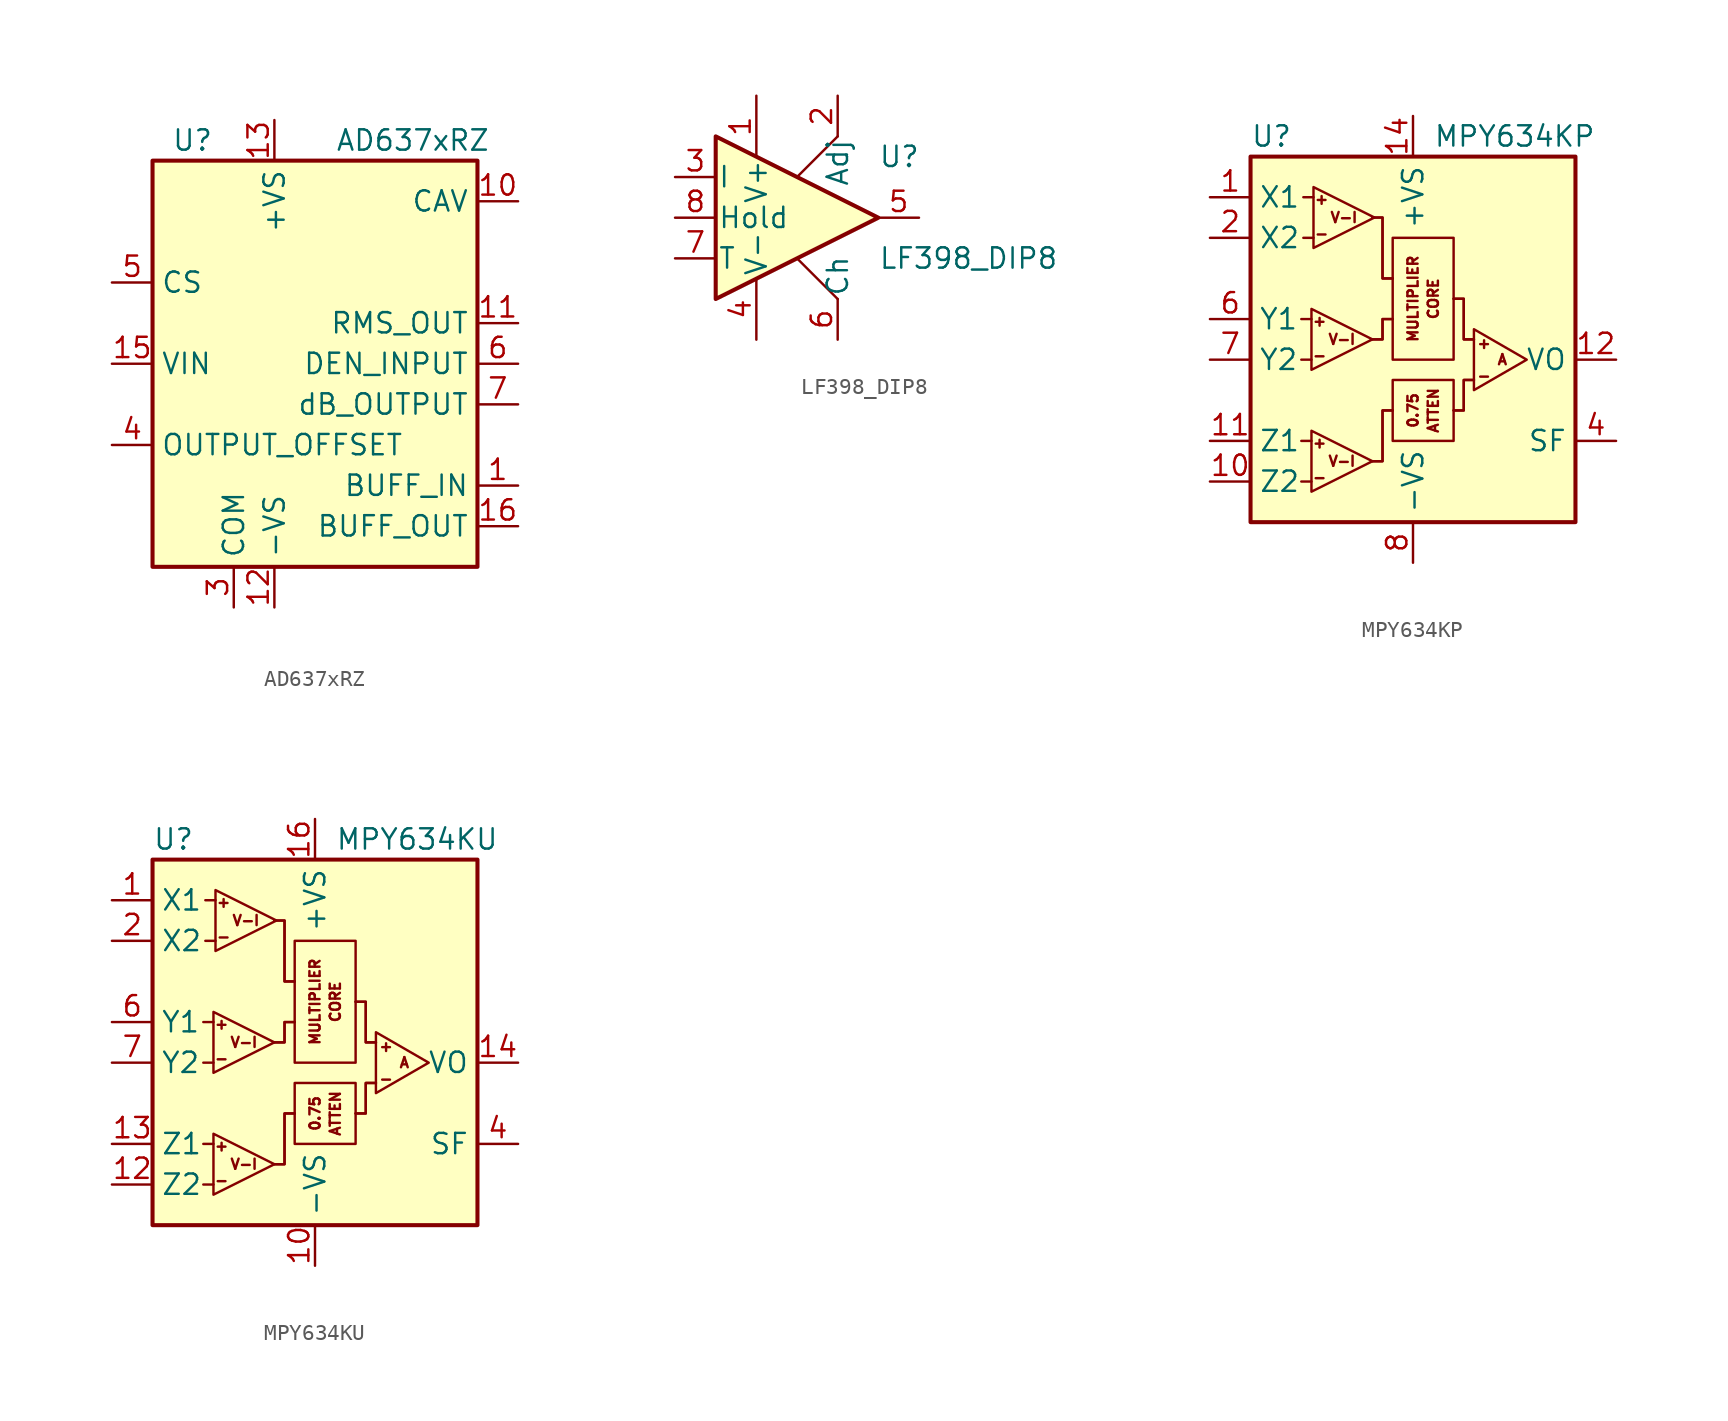
<source format=kicad_sym>
(kicad_symbol_lib
  (version 20200908)
  (generator kicad_symbol_editor)
  (symbol "Analog:AD637xRZ"
    (property "Reference" "U"
      (at -6.35 13.97 0)
      (effects (font (size 1.27 1.27)) (justify right)))
    (property "Value" "AD637xRZ"
      (at 1.27 13.97 0)
      (effects (font (size 1.27 1.27)) (justify left)))
    (symbol "AD637xRZ_0_1"
      (rectangle (start -10.16 12.7) (end 10.16 -12.7) (stroke (width 0.254)) (fill (type background))))
    (symbol "AD637xRZ_1_1"
      (pin input line (at 12.7 -7.62 180) (length 2.54) (name "BUFF_IN" (effects (font (size 1.27 1.27)))) (number "1" (effects (font (size 1.27 1.27)))))
      (pin passive line (at 12.7 10.16 180) (length 2.54) (name "CAV" (effects (font (size 1.27 1.27)))) (number "10" (effects (font (size 1.27 1.27)))))
      (pin output line (at 12.7 2.54 180) (length 2.54) (name "RMS_OUT" (effects (font (size 1.27 1.27)))) (number "11" (effects (font (size 1.27 1.27)))))
      (pin power_in line (at -2.54 -15.24 90) (length 2.54) (name "-VS" (effects (font (size 1.27 1.27)))) (number "12" (effects (font (size 1.27 1.27)))))
      (pin power_in line (at -2.54 15.24 270) (length 2.54) (name "+VS" (effects (font (size 1.27 1.27)))) (number "13" (effects (font (size 1.27 1.27)))))
      (pin unconnected line (at -10.16 -7.62 0) (length 2.54) hide (name "NIC" (effects (font (size 1.27 1.27)))) (number "14" (effects (font (size 1.27 1.27)))))
      (pin input line (at -12.7 0 0) (length 2.54) (name "VIN" (effects (font (size 1.27 1.27)))) (number "15" (effects (font (size 1.27 1.27)))))
      (pin output line (at 12.7 -10.16 180) (length 2.54) (name "BUFF_OUT" (effects (font (size 1.27 1.27)))) (number "16" (effects (font (size 1.27 1.27)))))
      (pin unconnected line (at -10.16 7.62 0) (length 2.54) hide (name "NIC" (effects (font (size 1.27 1.27)))) (number "2" (effects (font (size 1.27 1.27)))))
      (pin power_in line (at -5.08 -15.24 90) (length 2.54) (name "COM" (effects (font (size 1.27 1.27)))) (number "3" (effects (font (size 1.27 1.27)))))
      (pin input line (at -12.7 -5.08 0) (length 2.54) (name "OUTPUT_OFFSET" (effects (font (size 1.27 1.27)))) (number "4" (effects (font (size 1.27 1.27)))))
      (pin input line (at -12.7 5.08 0) (length 2.54) (name "CS" (effects (font (size 1.27 1.27)))) (number "5" (effects (font (size 1.27 1.27)))))
      (pin input line (at 12.7 0 180) (length 2.54) (name "DEN_INPUT" (effects (font (size 1.27 1.27)))) (number "6" (effects (font (size 1.27 1.27)))))
      (pin passive line (at 12.7 -2.54 180) (length 2.54) (name "dB_OUTPUT" (effects (font (size 1.27 1.27)))) (number "7" (effects (font (size 1.27 1.27)))))
      (pin unconnected line (at -10.16 2.54 0) (length 2.54) hide (name "NIC" (effects (font (size 1.27 1.27)))) (number "8" (effects (font (size 1.27 1.27)))))
      (pin unconnected line (at -10.16 -2.54 0) (length 2.54) hide (name "NIC" (effects (font (size 1.27 1.27)))) (number "9" (effects (font (size 1.27 1.27)))))))
  (symbol "Analog:LF398_DIP8"
    (pin_names
      (offset 0.127))
    (property "Reference" "U"
      (at 5.08 3.81 0)
      (effects (font (size 1.27 1.27)) (justify left)))
    (property "Value" "LF398_DIP8"
      (at 5.08 -2.54 0)
      (effects (font (size 1.27 1.27)) (justify left)))
    (symbol "LF398_DIP8_0_1"
      (polyline (pts (xy 0 -2.54) (xy 2.54 -5.08)) (stroke (width 0)) (fill (type none)))
      (polyline (pts (xy 2.54 5.08) (xy 0 2.54)) (stroke (width 0)) (fill (type none)))
      (polyline (pts (xy -5.08 5.08) (xy 5.08 0) (xy -5.08 -5.08) (xy -5.08 5.08)) (stroke (width 0.254)) (fill (type background))))
    (symbol "LF398_DIP8_1_1"
      (pin passive line (at -2.54 7.62 270) (length 3.81) (name "V+" (effects (font (size 1.27 1.27)))) (number "1" (effects (font (size 1.27 1.27)))))
      (pin passive line (at 2.54 7.62 270) (length 2.54) (name "Adj" (effects (font (size 1.27 1.27)))) (number "2" (effects (font (size 1.27 1.27)))))
      (pin input line (at -7.62 2.54 0) (length 2.54) (name "I" (effects (font (size 1.27 1.27)))) (number "3" (effects (font (size 1.27 1.27)))))
      (pin passive line (at -2.54 -7.62 90) (length 3.81) (name "V-" (effects (font (size 1.27 1.27)))) (number "4" (effects (font (size 1.27 1.27)))))
      (pin output line (at 7.62 0 180) (length 2.54) (name "~" (effects (font (size 1.27 1.27)))) (number "5" (effects (font (size 1.27 1.27)))))
      (pin passive line (at 2.54 -7.62 90) (length 2.54) (name "Ch" (effects (font (size 1.27 1.27)))) (number "6" (effects (font (size 1.27 1.27)))))
      (pin passive line (at -7.62 -2.54 0) (length 2.54) (name "T" (effects (font (size 1.27 1.27)))) (number "7" (effects (font (size 1.27 1.27)))))
      (pin input line (at -7.62 0 0) (length 2.54) (name "Hold" (effects (font (size 1.27 1.27)))) (number "8" (effects (font (size 1.27 1.27)))))))
  (symbol "Analog:MPY634KP"
    (property "Reference" "U"
      (at -10.16 13.97 0)
      (effects (font (size 1.27 1.27)) (justify left)))
    (property "Value" "MPY634KP"
      (at 1.27 13.97 0)
      (effects (font (size 1.27 1.27)) (justify left)))
    (symbol "MPY634KP_0_0"
      (text "+" (at -5.842 -5.207 0) (effects (font (size 0.635 0.635))))
      (text "+" (at -5.842 2.413 0) (effects (font (size 0.635 0.635))))
      (text "+" (at -5.715 10.033 0) (effects (font (size 0.635 0.635))))
      (text "+" (at 4.445 1.016 0) (effects (font (size 0.635 0.635))))
      (text "-" (at -5.842 -7.366 0) (effects (font (size 0.635 0.635))))
      (text "-" (at -5.842 0.254 0) (effects (font (size 0.635 0.635))))
      (text "-" (at -5.715 7.874 0) (effects (font (size 0.635 0.635))))
      (text "-" (at 4.445 -1.016 0) (effects (font (size 0.635 0.635))))
      (text "A" (at 5.588 0 0) (effects (font (size 0.635 0.635))))
      (text "V-I" (at -4.445 -6.35 0) (effects (font (size 0.635 0.635))))
      (text "V-I" (at -4.445 1.27 0) (effects (font (size 0.635 0.635))))
      (text "V-I" (at -4.318 8.89 0) (effects (font (size 0.635 0.635))))
      (polyline (pts (xy -1.27 -3.175) (xy -1.905 -3.175) (xy -1.905 -6.35) (xy -2.54 -6.35)) (stroke (width 0)) (fill (type none)))
      (polyline (pts (xy -1.27 -3.175) (xy -1.905 -3.175) (xy -1.905 -6.35) (xy -2.54 -6.35)) (stroke (width 0)) (fill (type none)))
      (polyline (pts (xy -1.27 2.54) (xy -1.905 2.54) (xy -1.905 1.27) (xy -2.54 1.27)) (stroke (width 0)) (fill (type none)))
      (polyline (pts (xy -1.27 2.54) (xy -1.905 2.54) (xy -1.905 1.27) (xy -2.54 1.27)) (stroke (width 0)) (fill (type none)))
      (polyline (pts (xy -1.27 5.08) (xy -1.905 5.08) (xy -1.905 8.89) (xy -2.54 8.89)) (stroke (width 0)) (fill (type none)))
      (polyline (pts (xy -1.27 5.08) (xy -1.905 5.08) (xy -1.905 8.89) (xy -2.54 8.89)) (stroke (width 0)) (fill (type none)))
      (polyline (pts (xy 3.81 -1.27) (xy 3.175 -1.27) (xy 3.175 -3.175) (xy 2.54 -3.175)) (stroke (width 0)) (fill (type none)))
      (polyline (pts (xy 3.81 -1.27) (xy 3.175 -1.27) (xy 3.175 -3.175) (xy 2.54 -3.175)) (stroke (width 0)) (fill (type none)))
      (polyline (pts (xy 3.81 1.27) (xy 3.175 1.27) (xy 3.175 3.81) (xy 2.54 3.81)) (stroke (width 0)) (fill (type none)))
      (polyline (pts (xy 3.81 1.27) (xy 3.175 1.27) (xy 3.175 3.81) (xy 2.54 3.81)) (stroke (width 0)) (fill (type none))))
    (symbol "MPY634KP_1_0"
      (text "0.75" (at 0 -3.175 900) (effects (font (size 0.635 0.635))))
      (text "ATTEN" (at 1.27 -3.175 900) (effects (font (size 0.635 0.635))))
      (text "CORE" (at 1.27 3.81 900) (effects (font (size 0.635 0.635))))
      (text "MULTIPLIER" (at 0 3.81 900) (effects (font (size 0.635 0.635)))))
    (symbol "MPY634KP_0_1"
      (rectangle (start -10.16 12.7) (end 10.16 -10.16) (stroke (width 0.254)) (fill (type background)))
      (rectangle (start -1.27 -1.27) (end 2.54 -5.08) (stroke (width 0)) (fill (type none)))
      (rectangle (start -1.27 7.62) (end 2.54 0) (stroke (width 0)) (fill (type none)))
      (polyline (pts (xy -6.985 -7.62) (xy -6.35 -7.62)) (stroke (width 0)) (fill (type none)))
      (polyline (pts (xy -6.985 -5.08) (xy -6.35 -5.08)) (stroke (width 0)) (fill (type none)))
      (polyline (pts (xy -6.985 0) (xy -6.35 0)) (stroke (width 0)) (fill (type none)))
      (polyline (pts (xy -6.985 2.54) (xy -6.35 2.54)) (stroke (width 0)) (fill (type none)))
      (polyline (pts (xy -6.858 7.62) (xy -6.223 7.62)) (stroke (width 0)) (fill (type none)))
      (polyline (pts (xy -6.858 10.16) (xy -6.223 10.16)) (stroke (width 0)) (fill (type none)))
      (polyline (pts (xy -6.35 -4.445) (xy -6.35 -8.255) (xy -2.54 -6.35) (xy -6.35 -4.445)) (stroke (width 0)) (fill (type none)))
      (polyline (pts (xy -6.35 3.175) (xy -6.35 -0.635) (xy -2.54 1.27) (xy -6.35 3.175)) (stroke (width 0)) (fill (type none)))
      (polyline (pts (xy -6.223 10.795) (xy -6.223 6.985) (xy -2.413 8.89) (xy -6.223 10.795)) (stroke (width 0)) (fill (type none)))
      (polyline (pts (xy 3.81 1.905) (xy 3.81 -1.905) (xy 7.112 0) (xy 3.81 1.905)) (stroke (width 0)) (fill (type none))))
    (symbol "MPY634KP_1_1"
      (pin input line (at -12.7 10.16 0) (length 2.54) (name "X1" (effects (font (size 1.27 1.27)))) (number "1" (effects (font (size 1.27 1.27)))))
      (pin input line (at -12.7 -7.62 0) (length 2.54) (name "Z2" (effects (font (size 1.27 1.27)))) (number "10" (effects (font (size 1.27 1.27)))))
      (pin input line (at -12.7 -5.08 0) (length 2.54) (name "Z1" (effects (font (size 1.27 1.27)))) (number "11" (effects (font (size 1.27 1.27)))))
      (pin output line (at 12.7 0 180) (length 2.54) (name "VO" (effects (font (size 1.27 1.27)))) (number "12" (effects (font (size 1.27 1.27)))))
      (pin unconnected line (at 10.16 2.54 180) (length 2.54) hide (name "NC" (effects (font (size 1.27 1.27)))) (number "13" (effects (font (size 1.27 1.27)))))
      (pin power_in line (at 0 15.24 270) (length 2.54) (name "+VS" (effects (font (size 1.27 1.27)))) (number "14" (effects (font (size 1.27 1.27)))))
      (pin input line (at -12.7 7.62 0) (length 2.54) (name "X2" (effects (font (size 1.27 1.27)))) (number "2" (effects (font (size 1.27 1.27)))))
      (pin unconnected line (at 10.16 10.16 180) (length 2.54) hide (name "NC" (effects (font (size 1.27 1.27)))) (number "3" (effects (font (size 1.27 1.27)))))
      (pin passive line (at 12.7 -5.08 180) (length 2.54) (name "SF" (effects (font (size 1.27 1.27)))) (number "4" (effects (font (size 1.27 1.27)))))
      (pin unconnected line (at 10.16 7.62 180) (length 2.54) hide (name "NC" (effects (font (size 1.27 1.27)))) (number "5" (effects (font (size 1.27 1.27)))))
      (pin input line (at -12.7 2.54 0) (length 2.54) (name "Y1" (effects (font (size 1.27 1.27)))) (number "6" (effects (font (size 1.27 1.27)))))
      (pin input line (at -12.7 0 0) (length 2.54) (name "Y2" (effects (font (size 1.27 1.27)))) (number "7" (effects (font (size 1.27 1.27)))))
      (pin power_in line (at 0 -12.7 90) (length 2.54) (name "-VS" (effects (font (size 1.27 1.27)))) (number "8" (effects (font (size 1.27 1.27)))))
      (pin unconnected line (at 10.16 5.08 180) (length 2.54) hide (name "NC" (effects (font (size 1.27 1.27)))) (number "9" (effects (font (size 1.27 1.27)))))))
  (symbol "Analog:MPY634KU"
    (property "Reference" "U"
      (at -10.16 13.97 0)
      (effects (font (size 1.27 1.27)) (justify left)))
    (property "Value" "MPY634KU"
      (at 1.27 13.97 0)
      (effects (font (size 1.27 1.27)) (justify left)))
    (symbol "MPY634KU_0_0"
      (text "+" (at -5.842 -5.207 0) (effects (font (size 0.635 0.635))))
      (text "+" (at -5.842 2.413 0) (effects (font (size 0.635 0.635))))
      (text "+" (at -5.715 10.033 0) (effects (font (size 0.635 0.635))))
      (text "+" (at 4.445 1.016 0) (effects (font (size 0.635 0.635))))
      (text "-" (at -5.842 -7.366 0) (effects (font (size 0.635 0.635))))
      (text "-" (at -5.842 0.254 0) (effects (font (size 0.635 0.635))))
      (text "-" (at -5.715 7.874 0) (effects (font (size 0.635 0.635))))
      (text "-" (at 4.445 -1.016 0) (effects (font (size 0.635 0.635))))
      (text "A" (at 5.588 0 0) (effects (font (size 0.635 0.635))))
      (text "V-I" (at -4.445 -6.35 0) (effects (font (size 0.635 0.635))))
      (text "V-I" (at -4.445 1.27 0) (effects (font (size 0.635 0.635))))
      (text "V-I" (at -4.318 8.89 0) (effects (font (size 0.635 0.635))))
      (polyline (pts (xy -1.27 -3.175) (xy -1.905 -3.175) (xy -1.905 -6.35) (xy -2.54 -6.35)) (stroke (width 0)) (fill (type none)))
      (polyline (pts (xy -1.27 -3.175) (xy -1.905 -3.175) (xy -1.905 -6.35) (xy -2.54 -6.35)) (stroke (width 0)) (fill (type none)))
      (polyline (pts (xy -1.27 2.54) (xy -1.905 2.54) (xy -1.905 1.27) (xy -2.54 1.27)) (stroke (width 0)) (fill (type none)))
      (polyline (pts (xy -1.27 2.54) (xy -1.905 2.54) (xy -1.905 1.27) (xy -2.54 1.27)) (stroke (width 0)) (fill (type none)))
      (polyline (pts (xy -1.27 5.08) (xy -1.905 5.08) (xy -1.905 8.89) (xy -2.54 8.89)) (stroke (width 0)) (fill (type none)))
      (polyline (pts (xy -1.27 5.08) (xy -1.905 5.08) (xy -1.905 8.89) (xy -2.54 8.89)) (stroke (width 0)) (fill (type none)))
      (polyline (pts (xy 3.81 -1.27) (xy 3.175 -1.27) (xy 3.175 -3.175) (xy 2.54 -3.175)) (stroke (width 0)) (fill (type none)))
      (polyline (pts (xy 3.81 -1.27) (xy 3.175 -1.27) (xy 3.175 -3.175) (xy 2.54 -3.175)) (stroke (width 0)) (fill (type none)))
      (polyline (pts (xy 3.81 1.27) (xy 3.175 1.27) (xy 3.175 3.81) (xy 2.54 3.81)) (stroke (width 0)) (fill (type none)))
      (polyline (pts (xy 3.81 1.27) (xy 3.175 1.27) (xy 3.175 3.81) (xy 2.54 3.81)) (stroke (width 0)) (fill (type none))))
    (symbol "MPY634KU_1_0"
      (text "0.75" (at 0 -3.175 900) (effects (font (size 0.635 0.635))))
      (text "ATTEN" (at 1.27 -3.175 900) (effects (font (size 0.635 0.635))))
      (text "CORE" (at 1.27 3.81 900) (effects (font (size 0.635 0.635))))
      (text "MULTIPLIER" (at 0 3.81 900) (effects (font (size 0.635 0.635)))))
    (symbol "MPY634KU_0_1"
      (rectangle (start -10.16 12.7) (end 10.16 -10.16) (stroke (width 0.254)) (fill (type background)))
      (rectangle (start -1.27 -1.27) (end 2.54 -5.08) (stroke (width 0)) (fill (type none)))
      (rectangle (start -1.27 7.62) (end 2.54 0) (stroke (width 0)) (fill (type none)))
      (polyline (pts (xy -6.985 -7.62) (xy -6.35 -7.62)) (stroke (width 0)) (fill (type none)))
      (polyline (pts (xy -6.985 -5.08) (xy -6.35 -5.08)) (stroke (width 0)) (fill (type none)))
      (polyline (pts (xy -6.985 0) (xy -6.35 0)) (stroke (width 0)) (fill (type none)))
      (polyline (pts (xy -6.985 2.54) (xy -6.35 2.54)) (stroke (width 0)) (fill (type none)))
      (polyline (pts (xy -6.858 7.62) (xy -6.223 7.62)) (stroke (width 0)) (fill (type none)))
      (polyline (pts (xy -6.858 10.16) (xy -6.223 10.16)) (stroke (width 0)) (fill (type none)))
      (polyline (pts (xy -6.35 -4.445) (xy -6.35 -8.255) (xy -2.54 -6.35) (xy -6.35 -4.445)) (stroke (width 0)) (fill (type none)))
      (polyline (pts (xy -6.35 3.175) (xy -6.35 -0.635) (xy -2.54 1.27) (xy -6.35 3.175)) (stroke (width 0)) (fill (type none)))
      (polyline (pts (xy -6.223 10.795) (xy -6.223 6.985) (xy -2.413 8.89) (xy -6.223 10.795)) (stroke (width 0)) (fill (type none)))
      (polyline (pts (xy 3.81 1.905) (xy 3.81 -1.905) (xy 7.112 0) (xy 3.81 1.905)) (stroke (width 0)) (fill (type none))))
    (symbol "MPY634KU_1_1"
      (pin input line (at -12.7 10.16 0) (length 2.54) (name "X1" (effects (font (size 1.27 1.27)))) (number "1" (effects (font (size 1.27 1.27)))))
      (pin power_in line (at 0 -12.7 90) (length 2.54) (name "-VS" (effects (font (size 1.27 1.27)))) (number "10" (effects (font (size 1.27 1.27)))))
      (pin unconnected line (at 10.16 -2.54 180) (length 2.54) hide (name "NC" (effects (font (size 1.27 1.27)))) (number "11" (effects (font (size 1.27 1.27)))))
      (pin input line (at -12.7 -7.62 0) (length 2.54) (name "Z2" (effects (font (size 1.27 1.27)))) (number "12" (effects (font (size 1.27 1.27)))))
      (pin input line (at -12.7 -5.08 0) (length 2.54) (name "Z1" (effects (font (size 1.27 1.27)))) (number "13" (effects (font (size 1.27 1.27)))))
      (pin output line (at 12.7 0 180) (length 2.54) (name "VO" (effects (font (size 1.27 1.27)))) (number "14" (effects (font (size 1.27 1.27)))))
      (pin unconnected line (at 10.16 -7.62 180) (length 2.54) hide (name "NC" (effects (font (size 1.27 1.27)))) (number "15" (effects (font (size 1.27 1.27)))))
      (pin power_in line (at 0 15.24 270) (length 2.54) (name "+VS" (effects (font (size 1.27 1.27)))) (number "16" (effects (font (size 1.27 1.27)))))
      (pin input line (at -12.7 7.62 0) (length 2.54) (name "X2" (effects (font (size 1.27 1.27)))) (number "2" (effects (font (size 1.27 1.27)))))
      (pin unconnected line (at 10.16 10.16 180) (length 2.54) hide (name "NC" (effects (font (size 1.27 1.27)))) (number "3" (effects (font (size 1.27 1.27)))))
      (pin passive line (at 12.7 -5.08 180) (length 2.54) (name "SF" (effects (font (size 1.27 1.27)))) (number "4" (effects (font (size 1.27 1.27)))))
      (pin unconnected line (at 10.16 7.62 180) (length 2.54) hide (name "NC" (effects (font (size 1.27 1.27)))) (number "5" (effects (font (size 1.27 1.27)))))
      (pin input line (at -12.7 2.54 0) (length 2.54) (name "Y1" (effects (font (size 1.27 1.27)))) (number "6" (effects (font (size 1.27 1.27)))))
      (pin input line (at -12.7 0 0) (length 2.54) (name "Y2" (effects (font (size 1.27 1.27)))) (number "7" (effects (font (size 1.27 1.27)))))
      (pin unconnected line (at 10.16 5.08 180) (length 2.54) hide (name "NC" (effects (font (size 1.27 1.27)))) (number "8" (effects (font (size 1.27 1.27)))))
      (pin unconnected line (at 10.16 2.54 180) (length 2.54) hide (name "NC" (effects (font (size 1.27 1.27)))) (number "9" (effects (font (size 1.27 1.27))))))))
</source>
